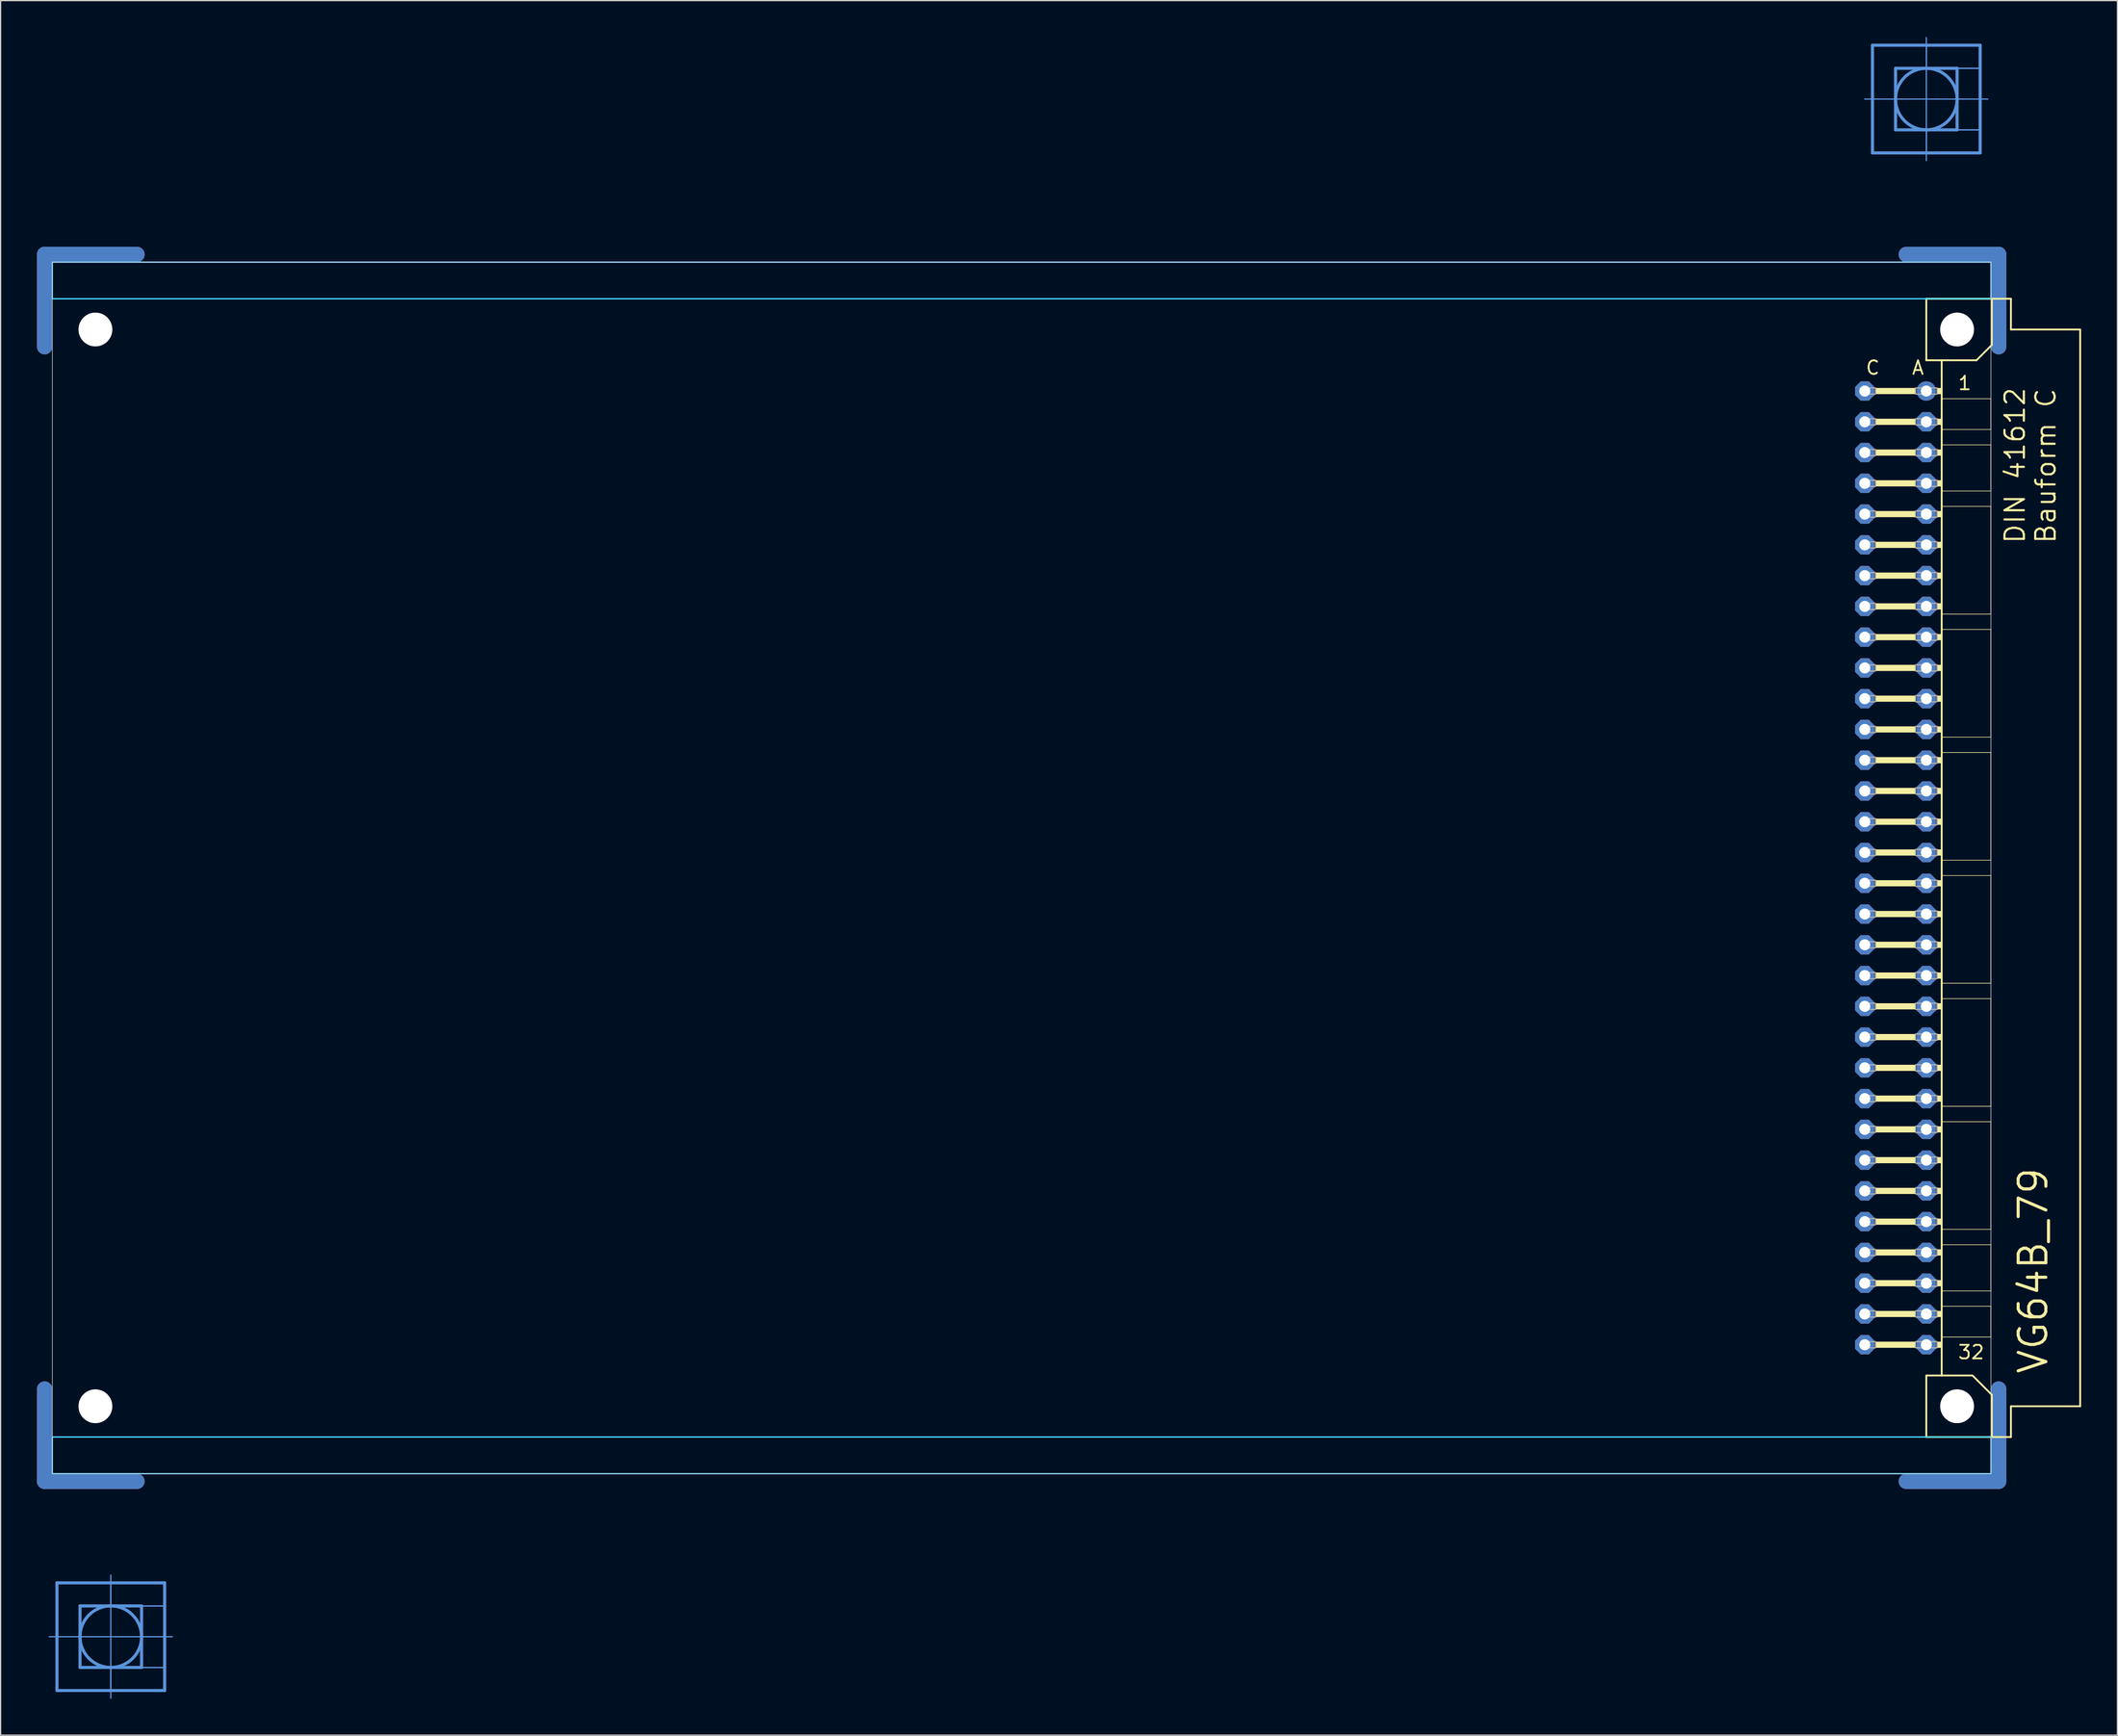
<source format=kicad_pcb>
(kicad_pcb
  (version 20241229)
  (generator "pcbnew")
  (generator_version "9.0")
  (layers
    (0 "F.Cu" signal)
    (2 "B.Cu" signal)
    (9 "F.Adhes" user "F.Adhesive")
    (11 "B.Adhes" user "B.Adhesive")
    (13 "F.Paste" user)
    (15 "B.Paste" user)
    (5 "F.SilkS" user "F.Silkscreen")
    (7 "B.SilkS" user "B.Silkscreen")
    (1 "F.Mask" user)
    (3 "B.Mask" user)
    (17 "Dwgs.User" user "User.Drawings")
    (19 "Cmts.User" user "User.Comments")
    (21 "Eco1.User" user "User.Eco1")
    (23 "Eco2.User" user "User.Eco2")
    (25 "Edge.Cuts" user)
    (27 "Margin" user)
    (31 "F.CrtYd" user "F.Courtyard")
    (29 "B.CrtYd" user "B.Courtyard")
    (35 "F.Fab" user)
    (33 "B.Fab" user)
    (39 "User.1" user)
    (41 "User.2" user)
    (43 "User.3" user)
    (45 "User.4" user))
  (footprint "VG64B_79"
    (layer "F.Cu")
    (at 1.016 68.605)
    (property "Reference" "VG64B_79" (at 165.1 41.91 90) (unlocked yes) (layer "F.SilkS") (effects (font (size 2.286 2.286) (thickness 0.254)) (justify left bottom)))
    (fp_line (start -0.381 -43.028) (end -0.381 -50.648) (stroke (width 1.27) (type solid)) (layer "F.Cu"))
    (fp_line (start -0.381 43.028) (end -0.381 50.648) (stroke (width 1.27) (type solid)) (layer "F.Cu"))
    (fp_line (start 7.239 -50.648) (end -0.381 -50.648) (stroke (width 1.27) (type solid)) (layer "F.Cu"))
    (fp_line (start 7.239 50.648) (end -0.381 50.648) (stroke (width 1.27) (type solid)) (layer "F.Cu"))
    (fp_line (start 153.289 -50.648) (end 160.909 -50.648) (stroke (width 1.27) (type solid)) (layer "F.Cu"))
    (fp_line (start 153.289 50.648) (end 160.909 50.648) (stroke (width 1.27) (type solid)) (layer "F.Cu"))
    (fp_line (start 160.909 -43.028) (end 160.909 -50.648) (stroke (width 1.27) (type solid)) (layer "F.Cu"))
    (fp_line (start 160.909 43.028) (end 160.909 50.648) (stroke (width 1.27) (type solid)) (layer "F.Cu"))
    (fp_line (start 0.254 -42.393) (end 0.254 -50.013) (stroke (width 0.152) (type solid)) (layer "F.Mask"))
    (fp_line (start 0.254 42.393) (end 0.254 50.013) (stroke (width 0.152) (type solid)) (layer "F.Mask"))
    (fp_line (start 7.874 -50.013) (end 0.254 -50.013) (stroke (width 0.152) (type solid)) (layer "F.Mask"))
    (fp_line (start 7.874 50.013) (end 0.254 50.013) (stroke (width 0.152) (type solid)) (layer "F.Mask"))
    (fp_line (start 152.654 -50.013) (end 160.274 -50.013) (stroke (width 0.152) (type solid)) (layer "F.Mask"))
    (fp_line (start 152.654 50.013) (end 160.274 50.013) (stroke (width 0.152) (type solid)) (layer "F.Mask"))
    (fp_line (start 160.274 -42.393) (end 160.274 -50.013) (stroke (width 0.152) (type solid)) (layer "F.Mask"))
    (fp_line (start 160.274 42.393) (end 160.274 50.013) (stroke (width 0.152) (type solid)) (layer "F.Mask"))
    (fp_line (start -0.381 -43.028) (end -0.381 -50.648) (stroke (width 1.27) (type solid)) (layer "B.Cu"))
    (fp_line (start -0.381 43.028) (end -0.381 50.648) (stroke (width 1.27) (type solid)) (layer "B.Cu"))
    (fp_line (start 7.239 -50.648) (end -0.381 -50.648) (stroke (width 1.27) (type solid)) (layer "B.Cu"))
    (fp_line (start 7.239 50.648) (end -0.381 50.648) (stroke (width 1.27) (type solid)) (layer "B.Cu"))
    (fp_line (start 153.289 -50.648) (end 160.909 -50.648) (stroke (width 1.27) (type solid)) (layer "B.Cu"))
    (fp_line (start 153.289 50.648) (end 160.909 50.648) (stroke (width 1.27) (type solid)) (layer "B.Cu"))
    (fp_line (start 160.909 -43.028) (end 160.909 -50.648) (stroke (width 1.27) (type solid)) (layer "B.Cu"))
    (fp_line (start 160.909 43.028) (end 160.909 50.648) (stroke (width 1.27) (type solid)) (layer "B.Cu"))
    (fp_line (start 0.254 -50.013) (end 7.874 -50.013) (stroke (width 0.152) (type solid)) (layer "B.Mask"))
    (fp_line (start 0.254 -42.393) (end 0.254 -50.013) (stroke (width 0.152) (type solid)) (layer "B.Mask"))
    (fp_line (start 0.254 50.013) (end 0.254 42.393) (stroke (width 0.152) (type solid)) (layer "B.Mask"))
    (fp_line (start 7.874 50.013) (end 0.254 50.013) (stroke (width 0.152) (type solid)) (layer "B.Mask"))
    (fp_line (start 152.654 -50.013) (end 160.274 -50.013) (stroke (width 0.152) (type solid)) (layer "B.Mask"))
    (fp_line (start 160.274 -50.013) (end 160.274 -42.393) (stroke (width 0.152) (type solid)) (layer "B.Mask"))
    (fp_line (start 160.274 42.393) (end 160.274 50.013) (stroke (width 0.152) (type solid)) (layer "B.Mask"))
    (fp_line (start 160.274 50.013) (end 152.654 50.013) (stroke (width 0.152) (type solid)) (layer "B.Mask"))
    (fp_line (start 154.94 -46.99) (end 154.94 -41.91) (stroke (width 0.152) (type solid)) (layer "F.SilkS"))
    (fp_line (start 154.94 -41.91) (end 156.21 -41.91) (stroke (width 0.152) (type solid)) (layer "F.SilkS"))
    (fp_line (start 154.94 41.91) (end 154.94 46.99) (stroke (width 0.152) (type solid)) (layer "F.SilkS"))
    (fp_line (start 154.94 41.91) (end 156.21 41.91) (stroke (width 0.152) (type solid)) (layer "F.SilkS"))
    (fp_line (start 154.94 46.99) (end 160.35 46.99) (stroke (width 0.152) (type solid)) (layer "F.SilkS"))
    (fp_line (start 156.21 -41.91) (end 156.21 -38.735) (stroke (width 0.152) (type solid)) (layer "F.SilkS"))
    (fp_line (start 156.21 -41.91) (end 159.08 -41.91) (stroke (width 0.152) (type solid)) (layer "F.SilkS"))
    (fp_line (start 156.21 -38.735) (end 156.21 -36.195) (stroke (width 0.152) (type solid)) (layer "F.SilkS"))
    (fp_line (start 156.21 -36.195) (end 156.21 -34.925) (stroke (width 0.152) (type solid)) (layer "F.SilkS"))
    (fp_line (start 156.21 -34.925) (end 156.21 -31.115) (stroke (width 0.152) (type solid)) (layer "F.SilkS"))
    (fp_line (start 156.21 -31.115) (end 156.21 -29.845) (stroke (width 0.152) (type solid)) (layer "F.SilkS"))
    (fp_line (start 156.21 -29.845) (end 156.21 -20.955) (stroke (width 0.152) (type solid)) (layer "F.SilkS"))
    (fp_line (start 156.21 -20.955) (end 156.21 -19.685) (stroke (width 0.152) (type solid)) (layer "F.SilkS"))
    (fp_line (start 156.21 -19.685) (end 156.21 -10.795) (stroke (width 0.152) (type solid)) (layer "F.SilkS"))
    (fp_line (start 156.21 -10.795) (end 156.21 -9.525) (stroke (width 0.152) (type solid)) (layer "F.SilkS"))
    (fp_line (start 156.21 -9.525) (end 156.21 -0.635) (stroke (width 0.152) (type solid)) (layer "F.SilkS"))
    (fp_line (start 156.21 -0.635) (end 156.21 0.635) (stroke (width 0.152) (type solid)) (layer "F.SilkS"))
    (fp_line (start 156.21 0.635) (end 156.21 9.525) (stroke (width 0.152) (type solid)) (layer "F.SilkS"))
    (fp_line (start 156.21 9.525) (end 156.21 10.795) (stroke (width 0.152) (type solid)) (layer "F.SilkS"))
    (fp_line (start 156.21 10.795) (end 156.21 19.685) (stroke (width 0.152) (type solid)) (layer "F.SilkS"))
    (fp_line (start 156.21 19.685) (end 156.21 20.955) (stroke (width 0.152) (type solid)) (layer "F.SilkS"))
    (fp_line (start 156.21 20.955) (end 156.21 29.845) (stroke (width 0.152) (type solid)) (layer "F.SilkS"))
    (fp_line (start 156.21 29.845) (end 156.21 31.115) (stroke (width 0.152) (type solid)) (layer "F.SilkS"))
    (fp_line (start 156.21 31.115) (end 156.21 34.925) (stroke (width 0.152) (type solid)) (layer "F.SilkS"))
    (fp_line (start 156.21 34.925) (end 156.21 36.195) (stroke (width 0.152) (type solid)) (layer "F.SilkS"))
    (fp_line (start 156.21 36.195) (end 156.21 38.735) (stroke (width 0.152) (type solid)) (layer "F.SilkS"))
    (fp_line (start 156.21 38.735) (end 156.21 41.91) (stroke (width 0.152) (type solid)) (layer "F.SilkS"))
    (fp_line (start 156.21 41.91) (end 158.75 41.91) (stroke (width 0.152) (type solid)) (layer "F.SilkS"))
    (fp_line (start 159.08 -41.91) (end 160.35 -43.18) (stroke (width 0.152) (type solid)) (layer "F.SilkS"))
    (fp_line (start 160.274 -38.735) (end 156.21 -38.735) (stroke (width 0.051) (type solid)) (layer "F.SilkS"))
    (fp_line (start 160.274 -38.735) (end 160.274 -36.195) (stroke (width 0.051) (type solid)) (layer "F.SilkS"))
    (fp_line (start 160.274 -36.195) (end 156.21 -36.195) (stroke (width 0.051) (type solid)) (layer "F.SilkS"))
    (fp_line (start 160.274 -34.925) (end 156.21 -34.925) (stroke (width 0.051) (type solid)) (layer "F.SilkS"))
    (fp_line (start 160.274 -34.925) (end 160.274 -31.115) (stroke (width 0.051) (type solid)) (layer "F.SilkS"))
    (fp_line (start 160.274 -31.115) (end 156.21 -31.115) (stroke (width 0.051) (type solid)) (layer "F.SilkS"))
    (fp_line (start 160.274 -29.845) (end 156.21 -29.845) (stroke (width 0.051) (type solid)) (layer "F.SilkS"))
    (fp_line (start 160.274 -29.845) (end 160.274 -20.955) (stroke (width 0.051) (type solid)) (layer "F.SilkS"))
    (fp_line (start 160.274 -20.955) (end 156.21 -20.955) (stroke (width 0.051) (type solid)) (layer "F.SilkS"))
    (fp_line (start 160.274 -19.685) (end 156.21 -19.685) (stroke (width 0.051) (type solid)) (layer "F.SilkS"))
    (fp_line (start 160.274 -19.685) (end 160.274 -10.795) (stroke (width 0.051) (type solid)) (layer "F.SilkS"))
    (fp_line (start 160.274 -10.795) (end 156.21 -10.795) (stroke (width 0.051) (type solid)) (layer "F.SilkS"))
    (fp_line (start 160.274 -9.525) (end 156.21 -9.525) (stroke (width 0.051) (type solid)) (layer "F.SilkS"))
    (fp_line (start 160.274 -9.525) (end 160.274 -0.635) (stroke (width 0.051) (type solid)) (layer "F.SilkS"))
    (fp_line (start 160.274 -0.635) (end 156.21 -0.635) (stroke (width 0.051) (type solid)) (layer "F.SilkS"))
    (fp_line (start 160.274 0.635) (end 156.21 0.635) (stroke (width 0.051) (type solid)) (layer "F.SilkS"))
    (fp_line (start 160.274 0.635) (end 160.274 9.525) (stroke (width 0.051) (type solid)) (layer "F.SilkS"))
    (fp_line (start 160.274 9.525) (end 156.21 9.525) (stroke (width 0.051) (type solid)) (layer "F.SilkS"))
    (fp_line (start 160.274 10.795) (end 156.21 10.795) (stroke (width 0.051) (type solid)) (layer "F.SilkS"))
    (fp_line (start 160.274 10.795) (end 160.274 19.685) (stroke (width 0.051) (type solid)) (layer "F.SilkS"))
    (fp_line (start 160.274 19.685) (end 156.21 19.685) (stroke (width 0.051) (type solid)) (layer "F.SilkS"))
    (fp_line (start 160.274 20.955) (end 156.21 20.955) (stroke (width 0.051) (type solid)) (layer "F.SilkS"))
    (fp_line (start 160.274 20.955) (end 160.274 29.845) (stroke (width 0.051) (type solid)) (layer "F.SilkS"))
    (fp_line (start 160.274 29.845) (end 156.21 29.845) (stroke (width 0.051) (type solid)) (layer "F.SilkS"))
    (fp_line (start 160.274 31.115) (end 156.21 31.115) (stroke (width 0.051) (type solid)) (layer "F.SilkS"))
    (fp_line (start 160.274 31.115) (end 160.274 34.925) (stroke (width 0.051) (type solid)) (layer "F.SilkS"))
    (fp_line (start 160.274 34.925) (end 156.21 34.925) (stroke (width 0.051) (type solid)) (layer "F.SilkS"))
    (fp_line (start 160.274 36.195) (end 156.21 36.195) (stroke (width 0.051) (type solid)) (layer "F.SilkS"))
    (fp_line (start 160.274 36.195) (end 160.274 38.735) (stroke (width 0.051) (type solid)) (layer "F.SilkS"))
    (fp_line (start 160.274 38.735) (end 156.21 38.735) (stroke (width 0.051) (type solid)) (layer "F.SilkS"))
    (fp_line (start 160.35 -46.99) (end 154.94 -46.99) (stroke (width 0.152) (type solid)) (layer "F.SilkS"))
    (fp_line (start 160.35 -43.18) (end 160.35 -46.99) (stroke (width 0.152) (type solid)) (layer "F.SilkS"))
    (fp_line (start 160.35 43.51) (end 158.75 41.91) (stroke (width 0.152) (type solid)) (layer "F.SilkS"))
    (fp_line (start 160.35 43.51) (end 160.35 46.99) (stroke (width 0.152) (type solid)) (layer "F.SilkS"))
    (fp_line (start 160.35 46.99) (end 161.925 46.99) (stroke (width 0.152) (type solid)) (layer "F.SilkS"))
    (fp_line (start 161.925 -46.99) (end 160.35 -46.99) (stroke (width 0.152) (type solid)) (layer "F.SilkS"))
    (fp_line (start 161.925 -44.45) (end 161.925 -46.99) (stroke (width 0.152) (type solid)) (layer "F.SilkS"))
    (fp_line (start 161.925 44.45) (end 167.64 44.45) (stroke (width 0.152) (type solid)) (layer "F.SilkS"))
    (fp_line (start 161.925 46.99) (end 161.925 44.45) (stroke (width 0.152) (type solid)) (layer "F.SilkS"))
    (fp_line (start 167.64 -44.45) (end 161.925 -44.45) (stroke (width 0.152) (type solid)) (layer "F.SilkS"))
    (fp_line (start 167.64 44.45) (end 167.64 -44.45) (stroke (width 0.152) (type solid)) (layer "F.SilkS"))
    (fp_circle (center 157.48 -44.45) (end 158.75 -44.45) (stroke (width 0.152) (type solid)) (fill no) (layer "F.SilkS"))
    (fp_circle (center 157.48 44.45) (end 158.75 44.45) (stroke (width 0.152) (type solid)) (fill no) (layer "F.SilkS"))
    (fp_poly (pts (xy 150.749 -39.116) (xy 154.051 -39.116) (xy 154.051 -39.624) (xy 150.749 -39.624)) (stroke (width 0) (type default)) (fill yes) (layer "F.SilkS"))
    (fp_poly (pts (xy 150.749 -36.576) (xy 154.051 -36.576) (xy 154.051 -37.084) (xy 150.749 -37.084)) (stroke (width 0) (type default)) (fill yes) (layer "F.SilkS"))
    (fp_poly (pts (xy 150.749 -34.036) (xy 154.051 -34.036) (xy 154.051 -34.544) (xy 150.749 -34.544)) (stroke (width 0) (type default)) (fill yes) (layer "F.SilkS"))
    (fp_poly (pts (xy 150.749 -31.496) (xy 154.051 -31.496) (xy 154.051 -32.004) (xy 150.749 -32.004)) (stroke (width 0) (type default)) (fill yes) (layer "F.SilkS"))
    (fp_poly (pts (xy 150.749 -28.956) (xy 154.051 -28.956) (xy 154.051 -29.464) (xy 150.749 -29.464)) (stroke (width 0) (type default)) (fill yes) (layer "F.SilkS"))
    (fp_poly (pts (xy 150.749 -26.416) (xy 154.051 -26.416) (xy 154.051 -26.924) (xy 150.749 -26.924)) (stroke (width 0) (type default)) (fill yes) (layer "F.SilkS"))
    (fp_poly (pts (xy 150.749 -23.876) (xy 154.051 -23.876) (xy 154.051 -24.384) (xy 150.749 -24.384)) (stroke (width 0) (type default)) (fill yes) (layer "F.SilkS"))
    (fp_poly (pts (xy 150.749 -21.336) (xy 154.051 -21.336) (xy 154.051 -21.844) (xy 150.749 -21.844)) (stroke (width 0) (type default)) (fill yes) (layer "F.SilkS"))
    (fp_poly (pts (xy 150.749 -18.796) (xy 154.051 -18.796) (xy 154.051 -19.304) (xy 150.749 -19.304)) (stroke (width 0) (type default)) (fill yes) (layer "F.SilkS"))
    (fp_poly (pts (xy 150.749 -16.256) (xy 154.051 -16.256) (xy 154.051 -16.764) (xy 150.749 -16.764)) (stroke (width 0) (type default)) (fill yes) (layer "F.SilkS"))
    (fp_poly (pts (xy 150.749 -13.716) (xy 154.051 -13.716) (xy 154.051 -14.224) (xy 150.749 -14.224)) (stroke (width 0) (type default)) (fill yes) (layer "F.SilkS"))
    (fp_poly (pts (xy 150.749 -11.176) (xy 154.051 -11.176) (xy 154.051 -11.684) (xy 150.749 -11.684)) (stroke (width 0) (type default)) (fill yes) (layer "F.SilkS"))
    (fp_poly (pts (xy 150.749 -8.636) (xy 154.051 -8.636) (xy 154.051 -9.144) (xy 150.749 -9.144)) (stroke (width 0) (type default)) (fill yes) (layer "F.SilkS"))
    (fp_poly (pts (xy 150.749 -6.096) (xy 154.051 -6.096) (xy 154.051 -6.604) (xy 150.749 -6.604)) (stroke (width 0) (type default)) (fill yes) (layer "F.SilkS"))
    (fp_poly (pts (xy 150.749 -3.556) (xy 154.051 -3.556) (xy 154.051 -4.064) (xy 150.749 -4.064)) (stroke (width 0) (type default)) (fill yes) (layer "F.SilkS"))
    (fp_poly (pts (xy 150.749 -1.016) (xy 154.051 -1.016) (xy 154.051 -1.524) (xy 150.749 -1.524)) (stroke (width 0) (type default)) (fill yes) (layer "F.SilkS"))
    (fp_poly (pts (xy 150.749 1.524) (xy 154.051 1.524) (xy 154.051 1.016) (xy 150.749 1.016)) (stroke (width 0) (type default)) (fill yes) (layer "F.SilkS"))
    (fp_poly (pts (xy 150.749 4.064) (xy 154.051 4.064) (xy 154.051 3.556) (xy 150.749 3.556)) (stroke (width 0) (type default)) (fill yes) (layer "F.SilkS"))
    (fp_poly (pts (xy 150.749 6.604) (xy 154.051 6.604) (xy 154.051 6.096) (xy 150.749 6.096)) (stroke (width 0) (type default)) (fill yes) (layer "F.SilkS"))
    (fp_poly (pts (xy 150.749 9.144) (xy 154.051 9.144) (xy 154.051 8.636) (xy 150.749 8.636)) (stroke (width 0) (type default)) (fill yes) (layer "F.SilkS"))
    (fp_poly (pts (xy 150.749 11.684) (xy 154.051 11.684) (xy 154.051 11.176) (xy 150.749 11.176)) (stroke (width 0) (type default)) (fill yes) (layer "F.SilkS"))
    (fp_poly (pts (xy 150.749 14.224) (xy 154.051 14.224) (xy 154.051 13.716) (xy 150.749 13.716)) (stroke (width 0) (type default)) (fill yes) (layer "F.SilkS"))
    (fp_poly (pts (xy 150.749 16.764) (xy 154.051 16.764) (xy 154.051 16.256) (xy 150.749 16.256)) (stroke (width 0) (type default)) (fill yes) (layer "F.SilkS"))
    (fp_poly (pts (xy 150.749 19.304) (xy 154.051 19.304) (xy 154.051 18.796) (xy 150.749 18.796)) (stroke (width 0) (type default)) (fill yes) (layer "F.SilkS"))
    (fp_poly (pts (xy 150.749 21.844) (xy 154.051 21.844) (xy 154.051 21.336) (xy 150.749 21.336)) (stroke (width 0) (type default)) (fill yes) (layer "F.SilkS"))
    (fp_poly (pts (xy 150.749 24.384) (xy 154.051 24.384) (xy 154.051 23.876) (xy 150.749 23.876)) (stroke (width 0) (type default)) (fill yes) (layer "F.SilkS"))
    (fp_poly (pts (xy 150.749 26.924) (xy 154.051 26.924) (xy 154.051 26.416) (xy 150.749 26.416)) (stroke (width 0) (type default)) (fill yes) (layer "F.SilkS"))
    (fp_poly (pts (xy 150.749 29.464) (xy 154.051 29.464) (xy 154.051 28.956) (xy 150.749 28.956)) (stroke (width 0) (type default)) (fill yes) (layer "F.SilkS"))
    (fp_poly (pts (xy 150.749 32.004) (xy 154.051 32.004) (xy 154.051 31.496) (xy 150.749 31.496)) (stroke (width 0) (type default)) (fill yes) (layer "F.SilkS"))
    (fp_poly (pts (xy 150.749 34.544) (xy 154.051 34.544) (xy 154.051 34.036) (xy 150.749 34.036)) (stroke (width 0) (type default)) (fill yes) (layer "F.SilkS"))
    (fp_poly (pts (xy 150.749 37.084) (xy 154.051 37.084) (xy 154.051 36.576) (xy 150.749 36.576)) (stroke (width 0) (type default)) (fill yes) (layer "F.SilkS"))
    (fp_poly (pts (xy 150.749 39.624) (xy 154.051 39.624) (xy 154.051 39.116) (xy 150.749 39.116)) (stroke (width 0) (type default)) (fill yes) (layer "F.SilkS"))
    (fp_poly (pts (xy 155.829 -39.116) (xy 156.21 -39.116) (xy 156.21 -39.624) (xy 155.829 -39.624)) (stroke (width 0) (type default)) (fill yes) (layer "F.SilkS"))
    (fp_poly (pts (xy 155.829 -36.576) (xy 156.21 -36.576) (xy 156.21 -37.084) (xy 155.829 -37.084)) (stroke (width 0) (type default)) (fill yes) (layer "F.SilkS"))
    (fp_poly (pts (xy 155.829 -34.036) (xy 156.21 -34.036) (xy 156.21 -34.544) (xy 155.829 -34.544)) (stroke (width 0) (type default)) (fill yes) (layer "F.SilkS"))
    (fp_poly (pts (xy 155.829 -31.496) (xy 156.21 -31.496) (xy 156.21 -32.004) (xy 155.829 -32.004)) (stroke (width 0) (type default)) (fill yes) (layer "F.SilkS"))
    (fp_poly (pts (xy 155.829 -28.956) (xy 156.21 -28.956) (xy 156.21 -29.464) (xy 155.829 -29.464)) (stroke (width 0) (type default)) (fill yes) (layer "F.SilkS"))
    (fp_poly (pts (xy 155.829 -26.416) (xy 156.21 -26.416) (xy 156.21 -26.924) (xy 155.829 -26.924)) (stroke (width 0) (type default)) (fill yes) (layer "F.SilkS"))
    (fp_poly (pts (xy 155.829 -23.876) (xy 156.21 -23.876) (xy 156.21 -24.384) (xy 155.829 -24.384)) (stroke (width 0) (type default)) (fill yes) (layer "F.SilkS"))
    (fp_poly (pts (xy 155.829 -21.336) (xy 156.21 -21.336) (xy 156.21 -21.844) (xy 155.829 -21.844)) (stroke (width 0) (type default)) (fill yes) (layer "F.SilkS"))
    (fp_poly (pts (xy 155.829 -18.796) (xy 156.21 -18.796) (xy 156.21 -19.304) (xy 155.829 -19.304)) (stroke (width 0) (type default)) (fill yes) (layer "F.SilkS"))
    (fp_poly (pts (xy 155.829 -16.256) (xy 156.21 -16.256) (xy 156.21 -16.764) (xy 155.829 -16.764)) (stroke (width 0) (type default)) (fill yes) (layer "F.SilkS"))
    (fp_poly (pts (xy 155.829 -13.716) (xy 156.21 -13.716) (xy 156.21 -14.224) (xy 155.829 -14.224)) (stroke (width 0) (type default)) (fill yes) (layer "F.SilkS"))
    (fp_poly (pts (xy 155.829 -11.176) (xy 156.21 -11.176) (xy 156.21 -11.684) (xy 155.829 -11.684)) (stroke (width 0) (type default)) (fill yes) (layer "F.SilkS"))
    (fp_poly (pts (xy 155.829 -8.636) (xy 156.21 -8.636) (xy 156.21 -9.144) (xy 155.829 -9.144)) (stroke (width 0) (type default)) (fill yes) (layer "F.SilkS"))
    (fp_poly (pts (xy 155.829 -6.096) (xy 156.21 -6.096) (xy 156.21 -6.604) (xy 155.829 -6.604)) (stroke (width 0) (type default)) (fill yes) (layer "F.SilkS"))
    (fp_poly (pts (xy 155.829 -3.556) (xy 156.21 -3.556) (xy 156.21 -4.064) (xy 155.829 -4.064)) (stroke (width 0) (type default)) (fill yes) (layer "F.SilkS"))
    (fp_poly (pts (xy 155.829 -1.016) (xy 156.21 -1.016) (xy 156.21 -1.524) (xy 155.829 -1.524)) (stroke (width 0) (type default)) (fill yes) (layer "F.SilkS"))
    (fp_poly (pts (xy 155.829 1.524) (xy 156.21 1.524) (xy 156.21 1.016) (xy 155.829 1.016)) (stroke (width 0) (type default)) (fill yes) (layer "F.SilkS"))
    (fp_poly (pts (xy 155.829 4.064) (xy 156.21 4.064) (xy 156.21 3.556) (xy 155.829 3.556)) (stroke (width 0) (type default)) (fill yes) (layer "F.SilkS"))
    (fp_poly (pts (xy 155.829 6.604) (xy 156.21 6.604) (xy 156.21 6.096) (xy 155.829 6.096)) (stroke (width 0) (type default)) (fill yes) (layer "F.SilkS"))
    (fp_poly (pts (xy 155.829 9.144) (xy 156.21 9.144) (xy 156.21 8.636) (xy 155.829 8.636)) (stroke (width 0) (type default)) (fill yes) (layer "F.SilkS"))
    (fp_poly (pts (xy 155.829 11.684) (xy 156.21 11.684) (xy 156.21 11.176) (xy 155.829 11.176)) (stroke (width 0) (type default)) (fill yes) (layer "F.SilkS"))
    (fp_poly (pts (xy 155.829 14.224) (xy 156.21 14.224) (xy 156.21 13.716) (xy 155.829 13.716)) (stroke (width 0) (type default)) (fill yes) (layer "F.SilkS"))
    (fp_poly (pts (xy 155.829 16.764) (xy 156.21 16.764) (xy 156.21 16.256) (xy 155.829 16.256)) (stroke (width 0) (type default)) (fill yes) (layer "F.SilkS"))
    (fp_poly (pts (xy 155.829 19.304) (xy 156.21 19.304) (xy 156.21 18.796) (xy 155.829 18.796)) (stroke (width 0) (type default)) (fill yes) (layer "F.SilkS"))
    (fp_poly (pts (xy 155.829 21.844) (xy 156.21 21.844) (xy 156.21 21.336) (xy 155.829 21.336)) (stroke (width 0) (type default)) (fill yes) (layer "F.SilkS"))
    (fp_poly (pts (xy 155.829 24.384) (xy 156.21 24.384) (xy 156.21 23.876) (xy 155.829 23.876)) (stroke (width 0) (type default)) (fill yes) (layer "F.SilkS"))
    (fp_poly (pts (xy 155.829 26.924) (xy 156.21 26.924) (xy 156.21 26.416) (xy 155.829 26.416)) (stroke (width 0) (type default)) (fill yes) (layer "F.SilkS"))
    (fp_poly (pts (xy 155.829 29.464) (xy 156.21 29.464) (xy 156.21 28.956) (xy 155.829 28.956)) (stroke (width 0) (type default)) (fill yes) (layer "F.SilkS"))
    (fp_poly (pts (xy 155.829 32.004) (xy 156.21 32.004) (xy 156.21 31.496) (xy 155.829 31.496)) (stroke (width 0) (type default)) (fill yes) (layer "F.SilkS"))
    (fp_poly (pts (xy 155.829 34.544) (xy 156.21 34.544) (xy 156.21 34.036) (xy 155.829 34.036)) (stroke (width 0) (type default)) (fill yes) (layer "F.SilkS"))
    (fp_poly (pts (xy 155.829 37.084) (xy 156.21 37.084) (xy 156.21 36.576) (xy 155.829 36.576)) (stroke (width 0) (type default)) (fill yes) (layer "F.SilkS"))
    (fp_poly (pts (xy 155.829 39.624) (xy 156.21 39.624) (xy 156.21 39.116) (xy 155.829 39.116)) (stroke (width 0) (type default)) (fill yes) (layer "F.SilkS"))
    (fp_line (start 0 63.475) (end 0.635 63.475) (stroke (width 0.102) (type solid)) (layer "Cmts.User"))
    (fp_line (start 0.635 59.03) (end 9.525 59.03) (stroke (width 0.254) (type solid)) (layer "Cmts.User"))
    (fp_line (start 0.635 63.475) (end 0.635 59.03) (stroke (width 0.254) (type solid)) (layer "Cmts.User"))
    (fp_line (start 0.635 63.475) (end 10.16 63.475) (stroke (width 0.102) (type solid)) (layer "Cmts.User"))
    (fp_line (start 0.635 67.92) (end 0.635 63.475) (stroke (width 0.254) (type solid)) (layer "Cmts.User"))
    (fp_line (start 2.54 60.935) (end 2.54 66.015) (stroke (width 0.254) (type solid)) (layer "Cmts.User"))
    (fp_line (start 2.54 66.015) (end 7.62 66.015) (stroke (width 0.254) (type solid)) (layer "Cmts.User"))
    (fp_line (start 5.08 68.555) (end 5.08 58.395) (stroke (width 0.102) (type solid)) (layer "Cmts.User"))
    (fp_line (start 7.62 60.935) (end 2.54 60.935) (stroke (width 0.254) (type solid)) (layer "Cmts.User"))
    (fp_line (start 7.62 66.015) (end 7.62 60.935) (stroke (width 0.254) (type solid)) (layer "Cmts.User"))
    (fp_line (start 9.525 59.03) (end 9.525 67.92) (stroke (width 0.254) (type solid)) (layer "Cmts.User"))
    (fp_line (start 9.525 67.92) (end 0.635 67.92) (stroke (width 0.254) (type solid)) (layer "Cmts.User"))
    (fp_line (start 149.86 -63.475) (end 150.495 -63.475) (stroke (width 0.102) (type solid)) (layer "Cmts.User"))
    (fp_line (start 150.495 -67.92) (end 159.385 -67.92) (stroke (width 0.254) (type solid)) (layer "Cmts.User"))
    (fp_line (start 150.495 -63.475) (end 150.495 -67.92) (stroke (width 0.254) (type solid)) (layer "Cmts.User"))
    (fp_line (start 150.495 -63.475) (end 160.02 -63.475) (stroke (width 0.102) (type solid)) (layer "Cmts.User"))
    (fp_line (start 150.495 -59.03) (end 150.495 -63.475) (stroke (width 0.254) (type solid)) (layer "Cmts.User"))
    (fp_line (start 152.4 -66.015) (end 152.4 -60.935) (stroke (width 0.254) (type solid)) (layer "Cmts.User"))
    (fp_line (start 152.4 -60.935) (end 157.48 -60.935) (stroke (width 0.254) (type solid)) (layer "Cmts.User"))
    (fp_line (start 154.94 -58.395) (end 154.94 -68.555) (stroke (width 0.102) (type solid)) (layer "Cmts.User"))
    (fp_line (start 157.48 -66.015) (end 152.4 -66.015) (stroke (width 0.254) (type solid)) (layer "Cmts.User"))
    (fp_line (start 157.48 -60.935) (end 157.48 -66.015) (stroke (width 0.254) (type solid)) (layer "Cmts.User"))
    (fp_line (start 159.385 -67.92) (end 159.385 -59.03) (stroke (width 0.254) (type solid)) (layer "Cmts.User"))
    (fp_line (start 159.385 -59.03) (end 150.495 -59.03) (stroke (width 0.254) (type solid)) (layer "Cmts.User"))
    (fp_circle (center 5.08 63.475) (end 7.62 63.475) (stroke (width 0.254) (type solid)) (fill no) (layer "Cmts.User"))
    (fp_circle (center 154.94 -63.475) (end 157.48 -63.475) (stroke (width 0.254) (type solid)) (fill no) (layer "Cmts.User"))
    (fp_poly (pts (xy 5.08 60.935) (xy 9.525 60.935) (xy 9.525 59.03) (xy 5.08 59.03)) (stroke (width 0.1) (type default)) (fill no) (layer "Cmts.User"))
    (fp_poly (pts (xy 5.08 67.92) (xy 9.525 67.92) (xy 9.525 66.015) (xy 5.08 66.015)) (stroke (width 0.1) (type default)) (fill no) (layer "Cmts.User"))
    (fp_poly (pts (xy 7.62 66.015) (xy 9.525 66.015) (xy 9.525 60.935) (xy 7.62 60.935)) (stroke (width 0.1) (type default)) (fill no) (layer "Cmts.User"))
    (fp_poly (pts (xy 154.94 -66.015) (xy 159.385 -66.015) (xy 159.385 -67.92) (xy 154.94 -67.92)) (stroke (width 0.1) (type default)) (fill no) (layer "Cmts.User"))
    (fp_poly (pts (xy 154.94 -59.03) (xy 159.385 -59.03) (xy 159.385 -60.935) (xy 154.94 -60.935)) (stroke (width 0.1) (type default)) (fill no) (layer "Cmts.User"))
    (fp_poly (pts (xy 157.48 -60.935) (xy 159.385 -60.935) (xy 159.385 -66.015) (xy 157.48 -66.015)) (stroke (width 0.1) (type default)) (fill no) (layer "Cmts.User"))
    (fp_line (start 0.254 -50.013) (end 0.254 50.013) (stroke (width 0.05) (type solid)) (layer "Edge.Cuts"))
    (fp_line (start 0.254 50.013) (end 160.274 50.013) (stroke (width 0.05) (type solid)) (layer "Edge.Cuts"))
    (fp_line (start 160.274 -50.013) (end 0.254 -50.013) (stroke (width 0.05) (type solid)) (layer "Edge.Cuts"))
    (fp_line (start 160.274 50.013) (end 160.274 -50.013) (stroke (width 0.05) (type solid)) (layer "Edge.Cuts"))
    (fp_line (start 0.254 -46.99) (end 0.254 -50.013) (stroke (width 0.051) (type solid)) (layer "B.CrtYd"))
    (fp_line (start 0.254 46.99) (end 0.254 50.013) (stroke (width 0.051) (type solid)) (layer "B.CrtYd"))
    (fp_line (start 160.274 -50.013) (end 160.274 -46.99) (stroke (width 0.051) (type solid)) (layer "B.CrtYd"))
    (fp_line (start 160.274 50.013) (end 160.274 46.99) (stroke (width 0.051) (type solid)) (layer "B.CrtYd"))
    (fp_poly (pts (xy 0.254 -46.99) (xy 160.274 -46.99) (xy 160.274 -50.013) (xy 0.254 -50.013)) (stroke (width 0.1) (type default)) (fill no) (layer "B.CrtYd"))
    (fp_poly (pts (xy 0.254 50.013) (xy 160.274 50.013) (xy 160.274 46.99) (xy 0.254 46.99)) (stroke (width 0.1) (type default)) (fill no) (layer "B.CrtYd"))
    (fp_line (start 0.254 -46.99) (end 0.254 -50.013) (stroke (width 0.051) (type solid)) (layer "F.CrtYd"))
    (fp_line (start 0.254 46.99) (end 0.254 50.013) (stroke (width 0.051) (type solid)) (layer "F.CrtYd"))
    (fp_line (start 160.274 -50.013) (end 160.274 -46.99) (stroke (width 0.051) (type solid)) (layer "F.CrtYd"))
    (fp_line (start 160.274 50.013) (end 160.274 46.99) (stroke (width 0.051) (type solid)) (layer "F.CrtYd"))
    (fp_poly (pts (xy 0.254 -46.99) (xy 160.274 -46.99) (xy 160.274 -50.013) (xy 0.254 -50.013)) (stroke (width 0.1) (type default)) (fill no) (layer "F.CrtYd"))
    (fp_poly (pts (xy 0.254 50.013) (xy 160.274 50.013) (xy 160.274 46.99) (xy 0.254 46.99)) (stroke (width 0.1) (type default)) (fill no) (layer "F.CrtYd"))
    (fp_poly (pts (xy 149.606 -39.116) (xy 150.749 -39.116) (xy 150.749 -39.624) (xy 149.606 -39.624)) (stroke (width 0.1) (type default)) (fill no) (layer "F.Fab"))
    (fp_poly (pts (xy 149.606 -36.576) (xy 150.749 -36.576) (xy 150.749 -37.084) (xy 149.606 -37.084)) (stroke (width 0.1) (type default)) (fill no) (layer "F.Fab"))
    (fp_poly (pts (xy 149.606 -34.036) (xy 150.749 -34.036) (xy 150.749 -34.544) (xy 149.606 -34.544)) (stroke (width 0.1) (type default)) (fill no) (layer "F.Fab"))
    (fp_poly (pts (xy 149.606 -31.496) (xy 150.749 -31.496) (xy 150.749 -32.004) (xy 149.606 -32.004)) (stroke (width 0.1) (type default)) (fill no) (layer "F.Fab"))
    (fp_poly (pts (xy 149.606 -28.956) (xy 150.749 -28.956) (xy 150.749 -29.464) (xy 149.606 -29.464)) (stroke (width 0.1) (type default)) (fill no) (layer "F.Fab"))
    (fp_poly (pts (xy 149.606 -26.416) (xy 150.749 -26.416) (xy 150.749 -26.924) (xy 149.606 -26.924)) (stroke (width 0.1) (type default)) (fill no) (layer "F.Fab"))
    (fp_poly (pts (xy 149.606 -23.876) (xy 150.749 -23.876) (xy 150.749 -24.384) (xy 149.606 -24.384)) (stroke (width 0.1) (type default)) (fill no) (layer "F.Fab"))
    (fp_poly (pts (xy 149.606 -21.336) (xy 150.749 -21.336) (xy 150.749 -21.844) (xy 149.606 -21.844)) (stroke (width 0.1) (type default)) (fill no) (layer "F.Fab"))
    (fp_poly (pts (xy 149.606 -18.796) (xy 150.749 -18.796) (xy 150.749 -19.304) (xy 149.606 -19.304)) (stroke (width 0.1) (type default)) (fill no) (layer "F.Fab"))
    (fp_poly (pts (xy 149.606 -16.256) (xy 150.749 -16.256) (xy 150.749 -16.764) (xy 149.606 -16.764)) (stroke (width 0.1) (type default)) (fill no) (layer "F.Fab"))
    (fp_poly (pts (xy 149.606 -13.716) (xy 150.749 -13.716) (xy 150.749 -14.224) (xy 149.606 -14.224)) (stroke (width 0.1) (type default)) (fill no) (layer "F.Fab"))
    (fp_poly (pts (xy 149.606 -11.176) (xy 150.749 -11.176) (xy 150.749 -11.684) (xy 149.606 -11.684)) (stroke (width 0.1) (type default)) (fill no) (layer "F.Fab"))
    (fp_poly (pts (xy 149.606 -8.636) (xy 150.749 -8.636) (xy 150.749 -9.144) (xy 149.606 -9.144)) (stroke (width 0.1) (type default)) (fill no) (layer "F.Fab"))
    (fp_poly (pts (xy 149.606 -6.096) (xy 150.749 -6.096) (xy 150.749 -6.604) (xy 149.606 -6.604)) (stroke (width 0.1) (type default)) (fill no) (layer "F.Fab"))
    (fp_poly (pts (xy 149.606 -3.556) (xy 150.749 -3.556) (xy 150.749 -4.064) (xy 149.606 -4.064)) (stroke (width 0.1) (type default)) (fill no) (layer "F.Fab"))
    (fp_poly (pts (xy 149.606 -1.016) (xy 150.749 -1.016) (xy 150.749 -1.524) (xy 149.606 -1.524)) (stroke (width 0.1) (type default)) (fill no) (layer "F.Fab"))
    (fp_poly (pts (xy 149.606 1.524) (xy 150.749 1.524) (xy 150.749 1.016) (xy 149.606 1.016)) (stroke (width 0.1) (type default)) (fill no) (layer "F.Fab"))
    (fp_poly (pts (xy 149.606 4.064) (xy 150.749 4.064) (xy 150.749 3.556) (xy 149.606 3.556)) (stroke (width 0.1) (type default)) (fill no) (layer "F.Fab"))
    (fp_poly (pts (xy 149.606 6.604) (xy 150.749 6.604) (xy 150.749 6.096) (xy 149.606 6.096)) (stroke (width 0.1) (type default)) (fill no) (layer "F.Fab"))
    (fp_poly (pts (xy 149.606 9.144) (xy 150.749 9.144) (xy 150.749 8.636) (xy 149.606 8.636)) (stroke (width 0.1) (type default)) (fill no) (layer "F.Fab"))
    (fp_poly (pts (xy 149.606 11.684) (xy 150.749 11.684) (xy 150.749 11.176) (xy 149.606 11.176)) (stroke (width 0.1) (type default)) (fill no) (layer "F.Fab"))
    (fp_poly (pts (xy 149.606 14.224) (xy 150.749 14.224) (xy 150.749 13.716) (xy 149.606 13.716)) (stroke (width 0.1) (type default)) (fill no) (layer "F.Fab"))
    (fp_poly (pts (xy 149.606 16.764) (xy 150.749 16.764) (xy 150.749 16.256) (xy 149.606 16.256)) (stroke (width 0.1) (type default)) (fill no) (layer "F.Fab"))
    (fp_poly (pts (xy 149.606 19.304) (xy 150.749 19.304) (xy 150.749 18.796) (xy 149.606 18.796)) (stroke (width 0.1) (type default)) (fill no) (layer "F.Fab"))
    (fp_poly (pts (xy 149.606 21.844) (xy 150.749 21.844) (xy 150.749 21.336) (xy 149.606 21.336)) (stroke (width 0.1) (type default)) (fill no) (layer "F.Fab"))
    (fp_poly (pts (xy 149.606 24.384) (xy 150.749 24.384) (xy 150.749 23.876) (xy 149.606 23.876)) (stroke (width 0.1) (type default)) (fill no) (layer "F.Fab"))
    (fp_poly (pts (xy 149.606 26.924) (xy 150.749 26.924) (xy 150.749 26.416) (xy 149.606 26.416)) (stroke (width 0.1) (type default)) (fill no) (layer "F.Fab"))
    (fp_poly (pts (xy 149.606 29.464) (xy 150.749 29.464) (xy 150.749 28.956) (xy 149.606 28.956)) (stroke (width 0.1) (type default)) (fill no) (layer "F.Fab"))
    (fp_poly (pts (xy 149.606 32.004) (xy 150.749 32.004) (xy 150.749 31.496) (xy 149.606 31.496)) (stroke (width 0.1) (type default)) (fill no) (layer "F.Fab"))
    (fp_poly (pts (xy 149.606 34.544) (xy 150.749 34.544) (xy 150.749 34.036) (xy 149.606 34.036)) (stroke (width 0.1) (type default)) (fill no) (layer "F.Fab"))
    (fp_poly (pts (xy 149.606 37.084) (xy 150.749 37.084) (xy 150.749 36.576) (xy 149.606 36.576)) (stroke (width 0.1) (type default)) (fill no) (layer "F.Fab"))
    (fp_poly (pts (xy 149.606 39.624) (xy 150.749 39.624) (xy 150.749 39.116) (xy 149.606 39.116)) (stroke (width 0.1) (type default)) (fill no) (layer "F.Fab"))
    (fp_poly (pts (xy 154.051 -39.116) (xy 155.829 -39.116) (xy 155.829 -39.624) (xy 154.051 -39.624)) (stroke (width 0.1) (type default)) (fill no) (layer "F.Fab"))
    (fp_poly (pts (xy 154.051 -36.576) (xy 155.829 -36.576) (xy 155.829 -37.084) (xy 154.051 -37.084)) (stroke (width 0.1) (type default)) (fill no) (layer "F.Fab"))
    (fp_poly (pts (xy 154.051 -34.036) (xy 155.829 -34.036) (xy 155.829 -34.544) (xy 154.051 -34.544)) (stroke (width 0.1) (type default)) (fill no) (layer "F.Fab"))
    (fp_poly (pts (xy 154.051 -31.496) (xy 155.829 -31.496) (xy 155.829 -32.004) (xy 154.051 -32.004)) (stroke (width 0.1) (type default)) (fill no) (layer "F.Fab"))
    (fp_poly (pts (xy 154.051 -28.956) (xy 155.829 -28.956) (xy 155.829 -29.464) (xy 154.051 -29.464)) (stroke (width 0.1) (type default)) (fill no) (layer "F.Fab"))
    (fp_poly (pts (xy 154.051 -26.416) (xy 155.829 -26.416) (xy 155.829 -26.924) (xy 154.051 -26.924)) (stroke (width 0.1) (type default)) (fill no) (layer "F.Fab"))
    (fp_poly (pts (xy 154.051 -23.876) (xy 155.829 -23.876) (xy 155.829 -24.384) (xy 154.051 -24.384)) (stroke (width 0.1) (type default)) (fill no) (layer "F.Fab"))
    (fp_poly (pts (xy 154.051 -21.336) (xy 155.829 -21.336) (xy 155.829 -21.844) (xy 154.051 -21.844)) (stroke (width 0.1) (type default)) (fill no) (layer "F.Fab"))
    (fp_poly (pts (xy 154.051 -18.796) (xy 155.829 -18.796) (xy 155.829 -19.304) (xy 154.051 -19.304)) (stroke (width 0.1) (type default)) (fill no) (layer "F.Fab"))
    (fp_poly (pts (xy 154.051 -16.256) (xy 155.829 -16.256) (xy 155.829 -16.764) (xy 154.051 -16.764)) (stroke (width 0.1) (type default)) (fill no) (layer "F.Fab"))
    (fp_poly (pts (xy 154.051 -13.716) (xy 155.829 -13.716) (xy 155.829 -14.224) (xy 154.051 -14.224)) (stroke (width 0.1) (type default)) (fill no) (layer "F.Fab"))
    (fp_poly (pts (xy 154.051 -11.176) (xy 155.829 -11.176) (xy 155.829 -11.684) (xy 154.051 -11.684)) (stroke (width 0.1) (type default)) (fill no) (layer "F.Fab"))
    (fp_poly (pts (xy 154.051 -8.636) (xy 155.829 -8.636) (xy 155.829 -9.144) (xy 154.051 -9.144)) (stroke (width 0.1) (type default)) (fill no) (layer "F.Fab"))
    (fp_poly (pts (xy 154.051 -6.096) (xy 155.829 -6.096) (xy 155.829 -6.604) (xy 154.051 -6.604)) (stroke (width 0.1) (type default)) (fill no) (layer "F.Fab"))
    (fp_poly (pts (xy 154.051 -3.556) (xy 155.829 -3.556) (xy 155.829 -4.064) (xy 154.051 -4.064)) (stroke (width 0.1) (type default)) (fill no) (layer "F.Fab"))
    (fp_poly (pts (xy 154.051 -1.016) (xy 155.829 -1.016) (xy 155.829 -1.524) (xy 154.051 -1.524)) (stroke (width 0.1) (type default)) (fill no) (layer "F.Fab"))
    (fp_poly (pts (xy 154.051 1.524) (xy 155.829 1.524) (xy 155.829 1.016) (xy 154.051 1.016)) (stroke (width 0.1) (type default)) (fill no) (layer "F.Fab"))
    (fp_poly (pts (xy 154.051 4.064) (xy 155.829 4.064) (xy 155.829 3.556) (xy 154.051 3.556)) (stroke (width 0.1) (type default)) (fill no) (layer "F.Fab"))
    (fp_poly (pts (xy 154.051 6.604) (xy 155.829 6.604) (xy 155.829 6.096) (xy 154.051 6.096)) (stroke (width 0.1) (type default)) (fill no) (layer "F.Fab"))
    (fp_poly (pts (xy 154.051 9.144) (xy 155.829 9.144) (xy 155.829 8.636) (xy 154.051 8.636)) (stroke (width 0.1) (type default)) (fill no) (layer "F.Fab"))
    (fp_poly (pts (xy 154.051 11.684) (xy 155.829 11.684) (xy 155.829 11.176) (xy 154.051 11.176)) (stroke (width 0.1) (type default)) (fill no) (layer "F.Fab"))
    (fp_poly (pts (xy 154.051 14.224) (xy 155.829 14.224) (xy 155.829 13.716) (xy 154.051 13.716)) (stroke (width 0.1) (type default)) (fill no) (layer "F.Fab"))
    (fp_poly (pts (xy 154.051 16.764) (xy 155.829 16.764) (xy 155.829 16.256) (xy 154.051 16.256)) (stroke (width 0.1) (type default)) (fill no) (layer "F.Fab"))
    (fp_poly (pts (xy 154.051 19.304) (xy 155.829 19.304) (xy 155.829 18.796) (xy 154.051 18.796)) (stroke (width 0.1) (type default)) (fill no) (layer "F.Fab"))
    (fp_poly (pts (xy 154.051 21.844) (xy 155.829 21.844) (xy 155.829 21.336) (xy 154.051 21.336)) (stroke (width 0.1) (type default)) (fill no) (layer "F.Fab"))
    (fp_poly (pts (xy 154.051 24.384) (xy 155.829 24.384) (xy 155.829 23.876) (xy 154.051 23.876)) (stroke (width 0.1) (type default)) (fill no) (layer "F.Fab"))
    (fp_poly (pts (xy 154.051 26.924) (xy 155.829 26.924) (xy 155.829 26.416) (xy 154.051 26.416)) (stroke (width 0.1) (type default)) (fill no) (layer "F.Fab"))
    (fp_poly (pts (xy 154.051 29.464) (xy 155.829 29.464) (xy 155.829 28.956) (xy 154.051 28.956)) (stroke (width 0.1) (type default)) (fill no) (layer "F.Fab"))
    (fp_poly (pts (xy 154.051 32.004) (xy 155.829 32.004) (xy 155.829 31.496) (xy 154.051 31.496)) (stroke (width 0.1) (type default)) (fill no) (layer "F.Fab"))
    (fp_poly (pts (xy 154.051 34.544) (xy 155.829 34.544) (xy 155.829 34.036) (xy 154.051 34.036)) (stroke (width 0.1) (type default)) (fill no) (layer "F.Fab"))
    (fp_poly (pts (xy 154.051 37.084) (xy 155.829 37.084) (xy 155.829 36.576) (xy 154.051 36.576)) (stroke (width 0.1) (type default)) (fill no) (layer "F.Fab"))
    (fp_poly (pts (xy 154.051 39.624) (xy 155.829 39.624) (xy 155.829 39.116) (xy 154.051 39.116)) (stroke (width 0.1) (type default)) (fill no) (layer "F.Fab"))
    (fp_text user "A" (at 153.67 -40.64 0) (unlocked yes) (layer "F.SilkS") (effects (font (size 1.118 1.118) (thickness 0.152)) (justify left bottom)))
    (fp_text user "32" (at 157.48 40.64 0) (unlocked yes) (layer "F.SilkS") (effects (font (size 1.118 1.118) (thickness 0.152)) (justify left bottom)))
    (fp_text user "DIN 41612" (at 163.195 -26.67 90) (unlocked yes) (layer "F.SilkS") (effects (font (size 1.6 1.6) (thickness 0.178)) (justify left bottom)))
    (fp_text user "C" (at 149.86 -40.64 0) (unlocked yes) (layer "F.SilkS") (effects (font (size 1.118 1.118) (thickness 0.152)) (justify left bottom)))
    (fp_text user "1" (at 157.48 -39.37 0) (unlocked yes) (layer "F.SilkS") (effects (font (size 1.118 1.118) (thickness 0.152)) (justify left bottom)))
    (fp_text user "Bauform C" (at 165.735 -26.67 90) (unlocked yes) (layer "F.SilkS") (effects (font (size 1.6 1.6) (thickness 0.178)) (justify left bottom)))
    (pad "" np_thru_hole circle (at 3.81 -44.45) (size 2.794 2.794) (drill 2.794) (layers "*.Cu" "*.Mask"))
    (pad "" np_thru_hole circle (at 3.81 44.45) (size 2.794 2.794) (drill 2.794) (layers "*.Cu" "*.Mask"))
    (pad "" np_thru_hole circle (at 157.48 -44.45) (size 2.794 2.794) (drill 2.794) (layers "*.Cu" "*.Mask"))
    (pad "" np_thru_hole circle (at 157.48 44.45) (size 2.794 2.794) (drill 2.794) (layers "*.Cu" "*.Mask"))
    (pad "A1" thru_hole circle (at 154.94 -39.37) (size 1.6 1.6) (drill 0.914) (layers "*.Cu" "*.Mask"))
    (pad "A2" thru_hole roundrect (at 154.94 -36.83) (size 1.6 1.6) (drill 0.914) (layers "*.Cu" "*.Mask") (roundrect_rratio 0.25) (chamfer_ratio 0.293) (chamfer top_left top_right bottom_left bottom_right))
    (pad "A3" thru_hole roundrect (at 154.94 -34.29) (size 1.6 1.6) (drill 0.914) (layers "*.Cu" "*.Mask") (roundrect_rratio 0.25) (chamfer_ratio 0.293) (chamfer top_left top_right bottom_left bottom_right))
    (pad "A4" thru_hole roundrect (at 154.94 -31.75) (size 1.6 1.6) (drill 0.914) (layers "*.Cu" "*.Mask") (roundrect_rratio 0.25) (chamfer_ratio 0.293) (chamfer top_left top_right bottom_left bottom_right))
    (pad "A5" thru_hole roundrect (at 154.94 -29.21) (size 1.6 1.6) (drill 0.914) (layers "*.Cu" "*.Mask") (roundrect_rratio 0.25) (chamfer_ratio 0.293) (chamfer top_left top_right bottom_left bottom_right))
    (pad "A6" thru_hole roundrect (at 154.94 -26.67) (size 1.6 1.6) (drill 0.914) (layers "*.Cu" "*.Mask") (roundrect_rratio 0.25) (chamfer_ratio 0.293) (chamfer top_left top_right bottom_left bottom_right))
    (pad "A7" thru_hole roundrect (at 154.94 -24.13) (size 1.6 1.6) (drill 0.914) (layers "*.Cu" "*.Mask") (roundrect_rratio 0.25) (chamfer_ratio 0.293) (chamfer top_left top_right bottom_left bottom_right))
    (pad "A8" thru_hole roundrect (at 154.94 -21.59) (size 1.6 1.6) (drill 0.914) (layers "*.Cu" "*.Mask") (roundrect_rratio 0.25) (chamfer_ratio 0.293) (chamfer top_left top_right bottom_left bottom_right))
    (pad "A9" thru_hole roundrect (at 154.94 -19.05) (size 1.6 1.6) (drill 0.914) (layers "*.Cu" "*.Mask") (roundrect_rratio 0.25) (chamfer_ratio 0.293) (chamfer top_left top_right bottom_left bottom_right))
    (pad "A10" thru_hole roundrect (at 154.94 -16.51) (size 1.6 1.6) (drill 0.914) (layers "*.Cu" "*.Mask") (roundrect_rratio 0.25) (chamfer_ratio 0.293) (chamfer top_left top_right bottom_left bottom_right))
    (pad "A11" thru_hole roundrect (at 154.94 -13.97) (size 1.6 1.6) (drill 0.914) (layers "*.Cu" "*.Mask") (roundrect_rratio 0.25) (chamfer_ratio 0.293) (chamfer top_left top_right bottom_left bottom_right))
    (pad "A12" thru_hole roundrect (at 154.94 -11.43) (size 1.6 1.6) (drill 0.914) (layers "*.Cu" "*.Mask") (roundrect_rratio 0.25) (chamfer_ratio 0.293) (chamfer top_left top_right bottom_left bottom_right))
    (pad "A13" thru_hole roundrect (at 154.94 -8.89) (size 1.6 1.6) (drill 0.914) (layers "*.Cu" "*.Mask") (roundrect_rratio 0.25) (chamfer_ratio 0.293) (chamfer top_left top_right bottom_left bottom_right))
    (pad "A14" thru_hole roundrect (at 154.94 -6.35) (size 1.6 1.6) (drill 0.914) (layers "*.Cu" "*.Mask") (roundrect_rratio 0.25) (chamfer_ratio 0.293) (chamfer top_left top_right bottom_left bottom_right))
    (pad "A15" thru_hole roundrect (at 154.94 -3.81) (size 1.6 1.6) (drill 0.914) (layers "*.Cu" "*.Mask") (roundrect_rratio 0.25) (chamfer_ratio 0.293) (chamfer top_left top_right bottom_left bottom_right))
    (pad "A16" thru_hole roundrect (at 154.94 -1.27) (size 1.6 1.6) (drill 0.914) (layers "*.Cu" "*.Mask") (roundrect_rratio 0.25) (chamfer_ratio 0.293) (chamfer top_left top_right bottom_left bottom_right))
    (pad "A17" thru_hole roundrect (at 154.94 1.27) (size 1.6 1.6) (drill 0.914) (layers "*.Cu" "*.Mask") (roundrect_rratio 0.25) (chamfer_ratio 0.293) (chamfer top_left top_right bottom_left bottom_right))
    (pad "A18" thru_hole roundrect (at 154.94 3.81) (size 1.6 1.6) (drill 0.914) (layers "*.Cu" "*.Mask") (roundrect_rratio 0.25) (chamfer_ratio 0.293) (chamfer top_left top_right bottom_left bottom_right))
    (pad "A19" thru_hole roundrect (at 154.94 6.35) (size 1.6 1.6) (drill 0.914) (layers "*.Cu" "*.Mask") (roundrect_rratio 0.25) (chamfer_ratio 0.293) (chamfer top_left top_right bottom_left bottom_right))
    (pad "A20" thru_hole roundrect (at 154.94 8.89) (size 1.6 1.6) (drill 0.914) (layers "*.Cu" "*.Mask") (roundrect_rratio 0.25) (chamfer_ratio 0.293) (chamfer top_left top_right bottom_left bottom_right))
    (pad "A21" thru_hole roundrect (at 154.94 11.43) (size 1.6 1.6) (drill 0.914) (layers "*.Cu" "*.Mask") (roundrect_rratio 0.25) (chamfer_ratio 0.293) (chamfer top_left top_right bottom_left bottom_right))
    (pad "A22" thru_hole roundrect (at 154.94 13.97) (size 1.6 1.6) (drill 0.914) (layers "*.Cu" "*.Mask") (roundrect_rratio 0.25) (chamfer_ratio 0.293) (chamfer top_left top_right bottom_left bottom_right))
    (pad "A23" thru_hole roundrect (at 154.94 16.51) (size 1.6 1.6) (drill 0.914) (layers "*.Cu" "*.Mask") (roundrect_rratio 0.25) (chamfer_ratio 0.293) (chamfer top_left top_right bottom_left bottom_right))
    (pad "A24" thru_hole roundrect (at 154.94 19.05) (size 1.6 1.6) (drill 0.914) (layers "*.Cu" "*.Mask") (roundrect_rratio 0.25) (chamfer_ratio 0.293) (chamfer top_left top_right bottom_left bottom_right))
    (pad "A25" thru_hole roundrect (at 154.94 21.59) (size 1.6 1.6) (drill 0.914) (layers "*.Cu" "*.Mask") (roundrect_rratio 0.25) (chamfer_ratio 0.293) (chamfer top_left top_right bottom_left bottom_right))
    (pad "A26" thru_hole roundrect (at 154.94 24.13) (size 1.6 1.6) (drill 0.914) (layers "*.Cu" "*.Mask") (roundrect_rratio 0.25) (chamfer_ratio 0.293) (chamfer top_left top_right bottom_left bottom_right))
    (pad "A27" thru_hole roundrect (at 154.94 26.67) (size 1.6 1.6) (drill 0.914) (layers "*.Cu" "*.Mask") (roundrect_rratio 0.25) (chamfer_ratio 0.293) (chamfer top_left top_right bottom_left bottom_right))
    (pad "A28" thru_hole roundrect (at 154.94 29.21) (size 1.6 1.6) (drill 0.914) (layers "*.Cu" "*.Mask") (roundrect_rratio 0.25) (chamfer_ratio 0.293) (chamfer top_left top_right bottom_left bottom_right))
    (pad "A29" thru_hole roundrect (at 154.94 31.75) (size 1.6 1.6) (drill 0.914) (layers "*.Cu" "*.Mask") (roundrect_rratio 0.25) (chamfer_ratio 0.293) (chamfer top_left top_right bottom_left bottom_right))
    (pad "A30" thru_hole roundrect (at 154.94 34.29) (size 1.6 1.6) (drill 0.914) (layers "*.Cu" "*.Mask") (roundrect_rratio 0.25) (chamfer_ratio 0.293) (chamfer top_left top_right bottom_left bottom_right))
    (pad "A31" thru_hole roundrect (at 154.94 36.83) (size 1.6 1.6) (drill 0.914) (layers "*.Cu" "*.Mask") (roundrect_rratio 0.25) (chamfer_ratio 0.293) (chamfer top_left top_right bottom_left bottom_right))
    (pad "A32" thru_hole roundrect (at 154.94 39.37) (size 1.6 1.6) (drill 0.914) (layers "*.Cu" "*.Mask") (roundrect_rratio 0.25) (chamfer_ratio 0.293) (chamfer top_left top_right bottom_left bottom_right))
    (pad "C1" thru_hole roundrect (at 149.86 -39.37) (size 1.6 1.6) (drill 0.914) (layers "*.Cu" "*.Mask") (roundrect_rratio 0.25) (chamfer_ratio 0.293) (chamfer top_left top_right bottom_left bottom_right))
    (pad "C2" thru_hole roundrect (at 149.86 -36.83) (size 1.6 1.6) (drill 0.914) (layers "*.Cu" "*.Mask") (roundrect_rratio 0.25) (chamfer_ratio 0.293) (chamfer top_left top_right bottom_left bottom_right))
    (pad "C3" thru_hole roundrect (at 149.86 -34.29) (size 1.6 1.6) (drill 0.914) (layers "*.Cu" "*.Mask") (roundrect_rratio 0.25) (chamfer_ratio 0.293) (chamfer top_left top_right bottom_left bottom_right))
    (pad "C4" thru_hole roundrect (at 149.86 -31.75) (size 1.6 1.6) (drill 0.914) (layers "*.Cu" "*.Mask") (roundrect_rratio 0.25) (chamfer_ratio 0.293) (chamfer top_left top_right bottom_left bottom_right))
    (pad "C5" thru_hole roundrect (at 149.86 -29.21) (size 1.6 1.6) (drill 0.914) (layers "*.Cu" "*.Mask") (roundrect_rratio 0.25) (chamfer_ratio 0.293) (chamfer top_left top_right bottom_left bottom_right))
    (pad "C6" thru_hole roundrect (at 149.86 -26.67) (size 1.6 1.6) (drill 0.914) (layers "*.Cu" "*.Mask") (roundrect_rratio 0.25) (chamfer_ratio 0.293) (chamfer top_left top_right bottom_left bottom_right))
    (pad "C7" thru_hole roundrect (at 149.86 -24.13) (size 1.6 1.6) (drill 0.914) (layers "*.Cu" "*.Mask") (roundrect_rratio 0.25) (chamfer_ratio 0.293) (chamfer top_left top_right bottom_left bottom_right))
    (pad "C8" thru_hole roundrect (at 149.86 -21.59) (size 1.6 1.6) (drill 0.914) (layers "*.Cu" "*.Mask") (roundrect_rratio 0.25) (chamfer_ratio 0.293) (chamfer top_left top_right bottom_left bottom_right))
    (pad "C9" thru_hole roundrect (at 149.86 -19.05) (size 1.6 1.6) (drill 0.914) (layers "*.Cu" "*.Mask") (roundrect_rratio 0.25) (chamfer_ratio 0.293) (chamfer top_left top_right bottom_left bottom_right))
    (pad "C10" thru_hole roundrect (at 149.86 -16.51) (size 1.6 1.6) (drill 0.914) (layers "*.Cu" "*.Mask") (roundrect_rratio 0.25) (chamfer_ratio 0.293) (chamfer top_left top_right bottom_left bottom_right))
    (pad "C11" thru_hole roundrect (at 149.86 -13.97) (size 1.6 1.6) (drill 0.914) (layers "*.Cu" "*.Mask") (roundrect_rratio 0.25) (chamfer_ratio 0.293) (chamfer top_left top_right bottom_left bottom_right))
    (pad "C12" thru_hole roundrect (at 149.86 -11.43) (size 1.6 1.6) (drill 0.914) (layers "*.Cu" "*.Mask") (roundrect_rratio 0.25) (chamfer_ratio 0.293) (chamfer top_left top_right bottom_left bottom_right))
    (pad "C13" thru_hole roundrect (at 149.86 -8.89) (size 1.6 1.6) (drill 0.914) (layers "*.Cu" "*.Mask") (roundrect_rratio 0.25) (chamfer_ratio 0.293) (chamfer top_left top_right bottom_left bottom_right))
    (pad "C14" thru_hole roundrect (at 149.86 -6.35) (size 1.6 1.6) (drill 0.914) (layers "*.Cu" "*.Mask") (roundrect_rratio 0.25) (chamfer_ratio 0.293) (chamfer top_left top_right bottom_left bottom_right))
    (pad "C15" thru_hole roundrect (at 149.86 -3.81) (size 1.6 1.6) (drill 0.914) (layers "*.Cu" "*.Mask") (roundrect_rratio 0.25) (chamfer_ratio 0.293) (chamfer top_left top_right bottom_left bottom_right))
    (pad "C16" thru_hole roundrect (at 149.86 -1.27) (size 1.6 1.6) (drill 0.914) (layers "*.Cu" "*.Mask") (roundrect_rratio 0.25) (chamfer_ratio 0.293) (chamfer top_left top_right bottom_left bottom_right))
    (pad "C17" thru_hole roundrect (at 149.86 1.27) (size 1.6 1.6) (drill 0.914) (layers "*.Cu" "*.Mask") (roundrect_rratio 0.25) (chamfer_ratio 0.293) (chamfer top_left top_right bottom_left bottom_right))
    (pad "C18" thru_hole roundrect (at 149.86 3.81) (size 1.6 1.6) (drill 0.914) (layers "*.Cu" "*.Mask") (roundrect_rratio 0.25) (chamfer_ratio 0.293) (chamfer top_left top_right bottom_left bottom_right))
    (pad "C19" thru_hole roundrect (at 149.86 6.35) (size 1.6 1.6) (drill 0.914) (layers "*.Cu" "*.Mask") (roundrect_rratio 0.25) (chamfer_ratio 0.293) (chamfer top_left top_right bottom_left bottom_right))
    (pad "C20" thru_hole roundrect (at 149.86 8.89) (size 1.6 1.6) (drill 0.914) (layers "*.Cu" "*.Mask") (roundrect_rratio 0.25) (chamfer_ratio 0.293) (chamfer top_left top_right bottom_left bottom_right))
    (pad "C21" thru_hole roundrect (at 149.86 11.43) (size 1.6 1.6) (drill 0.914) (layers "*.Cu" "*.Mask") (roundrect_rratio 0.25) (chamfer_ratio 0.293) (chamfer top_left top_right bottom_left bottom_right))
    (pad "C22" thru_hole roundrect (at 149.86 13.97) (size 1.6 1.6) (drill 0.914) (layers "*.Cu" "*.Mask") (roundrect_rratio 0.25) (chamfer_ratio 0.293) (chamfer top_left top_right bottom_left bottom_right))
    (pad "C23" thru_hole roundrect (at 149.86 16.51) (size 1.6 1.6) (drill 0.914) (layers "*.Cu" "*.Mask") (roundrect_rratio 0.25) (chamfer_ratio 0.293) (chamfer top_left top_right bottom_left bottom_right))
    (pad "C24" thru_hole roundrect (at 149.86 19.05) (size 1.6 1.6) (drill 0.914) (layers "*.Cu" "*.Mask") (roundrect_rratio 0.25) (chamfer_ratio 0.293) (chamfer top_left top_right bottom_left bottom_right))
    (pad "C25" thru_hole roundrect (at 149.86 21.59) (size 1.6 1.6) (drill 0.914) (layers "*.Cu" "*.Mask") (roundrect_rratio 0.25) (chamfer_ratio 0.293) (chamfer top_left top_right bottom_left bottom_right))
    (pad "C26" thru_hole roundrect (at 149.86 24.13) (size 1.6 1.6) (drill 0.914) (layers "*.Cu" "*.Mask") (roundrect_rratio 0.25) (chamfer_ratio 0.293) (chamfer top_left top_right bottom_left bottom_right))
    (pad "C27" thru_hole roundrect (at 149.86 26.67) (size 1.6 1.6) (drill 0.914) (layers "*.Cu" "*.Mask") (roundrect_rratio 0.25) (chamfer_ratio 0.293) (chamfer top_left top_right bottom_left bottom_right))
    (pad "C28" thru_hole roundrect (at 149.86 29.21) (size 1.6 1.6) (drill 0.914) (layers "*.Cu" "*.Mask") (roundrect_rratio 0.25) (chamfer_ratio 0.293) (chamfer top_left top_right bottom_left bottom_right))
    (pad "C29" thru_hole roundrect (at 149.86 31.75) (size 1.6 1.6) (drill 0.914) (layers "*.Cu" "*.Mask") (roundrect_rratio 0.25) (chamfer_ratio 0.293) (chamfer top_left top_right bottom_left bottom_right))
    (pad "C30" thru_hole roundrect (at 149.86 34.29) (size 1.6 1.6) (drill 0.914) (layers "*.Cu" "*.Mask") (roundrect_rratio 0.25) (chamfer_ratio 0.293) (chamfer top_left top_right bottom_left bottom_right))
    (pad "C31" thru_hole roundrect (at 149.86 36.83) (size 1.6 1.6) (drill 0.914) (layers "*.Cu" "*.Mask") (roundrect_rratio 0.25) (chamfer_ratio 0.293) (chamfer top_left top_right bottom_left bottom_right))
    (pad "C32" thru_hole roundrect (at 149.86 39.37) (size 1.6 1.6) (drill 0.914) (layers "*.Cu" "*.Mask") (roundrect_rratio 0.25) (chamfer_ratio 0.293) (chamfer top_left top_right bottom_left bottom_right))
    (zone (net_name "") (layers "F.Cu" "B.Cu") (hatch edge 0.5) (connect_pads) (min_thickness 0.25) (filled_areas_thickness no) (keepout (tracks allowed) (vias not_allowed) (pads allowed) (copperpour allowed) (footprints allowed)) (placement (enabled no)) (fill) (polygon (pts (xy 1.27 21.615) (xy 161.29 21.615) (xy 161.29 18.593) (xy 1.27 18.593))))
    (zone (net_name "") (layers "F.Cu" "B.Cu") (hatch edge 0.5) (connect_pads) (min_thickness 0.25) (filled_areas_thickness no) (keepout (tracks allowed) (vias not_allowed) (pads allowed) (copperpour allowed) (footprints allowed)) (placement (enabled no)) (fill) (polygon (pts (xy 1.27 118.618) (xy 161.29 118.618) (xy 161.29 115.595) (xy 1.27 115.595))))
    (zone (net_name "") (layers "F.Cu" "B.Cu") (hatch edge 0.5) (connect_pads) (min_thickness 0.25) (filled_areas_thickness no) (keepout (tracks allowed) (vias not_allowed) (pads allowed) (copperpour allowed) (footprints allowed)) (placement (enabled no)) (fill) (polygon (pts (xy 7.112 24.155) (xy 7.092 23.851) (xy 7.031 23.551) (xy 6.931 23.263) (xy 6.793 22.99) (xy 6.62 22.739) (xy 6.415 22.512) (xy 6.182 22.315) (xy 5.925 22.151) (xy 5.648 22.022) (xy 5.356 21.932) (xy 5.055 21.881) (xy 4.75 21.871) (xy 4.446 21.901) (xy 4.149 21.972) (xy 3.864 22.082) (xy 3.596 22.229) (xy 3.35 22.41) (xy 3.131 22.622) (xy 2.941 22.862) (xy 2.786 23.124) (xy 2.666 23.406) (xy 2.586 23.7) (xy 2.545 24.003) (xy 2.545 24.308) (xy 2.586 24.611) (xy 2.666 24.905) (xy 2.786 25.186) (xy 2.941 25.449) (xy 3.131 25.689) (xy 3.35 25.901) (xy 3.596 26.082) (xy 3.864 26.229) (xy 4.149 26.339) (xy 4.446 26.41) (xy 4.75 26.44) (xy 5.055 26.43) (xy 5.356 26.379) (xy 5.648 26.289) (xy 5.925 26.16) (xy 6.182 25.996) (xy 6.415 25.799) (xy 6.62 25.572) (xy 6.793 25.32) (xy 6.931 25.048) (xy 7.031 24.759) (xy 7.092 24.46))))
    (zone (net_name "") (layers "F.Cu" "B.Cu") (hatch edge 0.5) (connect_pads) (min_thickness 0.25) (filled_areas_thickness no) (keepout (tracks allowed) (vias not_allowed) (pads allowed) (copperpour allowed) (footprints allowed)) (placement (enabled no)) (fill) (polygon (pts (xy 7.112 113.055) (xy 7.092 112.751) (xy 7.031 112.451) (xy 6.931 112.163) (xy 6.793 111.89) (xy 6.62 111.639) (xy 6.415 111.412) (xy 6.182 111.215) (xy 5.925 111.051) (xy 5.648 110.922) (xy 5.356 110.832) (xy 5.055 110.781) (xy 4.75 110.771) (xy 4.446 110.801) (xy 4.149 110.872) (xy 3.864 110.982) (xy 3.596 111.129) (xy 3.35 111.31) (xy 3.131 111.522) (xy 2.941 111.762) (xy 2.786 112.024) (xy 2.666 112.306) (xy 2.586 112.6) (xy 2.545 112.903) (xy 2.545 113.208) (xy 2.586 113.511) (xy 2.666 113.805) (xy 2.786 114.086) (xy 2.941 114.349) (xy 3.131 114.589) (xy 3.35 114.801) (xy 3.596 114.982) (xy 3.864 115.129) (xy 4.149 115.239) (xy 4.446 115.31) (xy 4.75 115.34) (xy 5.055 115.33) (xy 5.356 115.279) (xy 5.648 115.189) (xy 5.925 115.06) (xy 6.182 114.896) (xy 6.415 114.699) (xy 6.62 114.472) (xy 6.793 114.22) (xy 6.931 113.948) (xy 7.031 113.659) (xy 7.092 113.36))))
    (zone (net_name "") (layers "F.Cu" "B.Cu") (hatch edge 0.5) (connect_pads) (min_thickness 0.25) (filled_areas_thickness no) (keepout (tracks allowed) (vias not_allowed) (pads allowed) (copperpour allowed) (footprints allowed)) (placement (enabled no)) (fill) (polygon (pts (xy 160.782 24.155) (xy 160.762 23.851) (xy 160.701 23.551) (xy 160.601 23.263) (xy 160.463 22.99) (xy 160.29 22.739) (xy 160.085 22.512) (xy 159.852 22.315) (xy 159.595 22.151) (xy 159.318 22.022) (xy 159.026 21.932) (xy 158.725 21.881) (xy 158.42 21.871) (xy 158.116 21.901) (xy 157.819 21.972) (xy 157.534 22.082) (xy 157.266 22.229) (xy 157.02 22.41) (xy 156.801 22.622) (xy 156.611 22.862) (xy 156.456 23.124) (xy 156.336 23.406) (xy 156.256 23.7) (xy 156.215 24.003) (xy 156.215 24.308) (xy 156.256 24.611) (xy 156.336 24.905) (xy 156.456 25.186) (xy 156.611 25.449) (xy 156.801 25.689) (xy 157.02 25.901) (xy 157.266 26.082) (xy 157.534 26.229) (xy 157.819 26.339) (xy 158.116 26.41) (xy 158.42 26.44) (xy 158.725 26.43) (xy 159.026 26.379) (xy 159.318 26.289) (xy 159.595 26.16) (xy 159.852 25.996) (xy 160.085 25.799) (xy 160.29 25.572) (xy 160.463 25.32) (xy 160.601 25.048) (xy 160.701 24.759) (xy 160.762 24.46))))
    (zone (net_name "") (layers "F.Cu" "B.Cu") (hatch edge 0.5) (connect_pads) (min_thickness 0.25) (filled_areas_thickness no) (keepout (tracks allowed) (vias not_allowed) (pads allowed) (copperpour allowed) (footprints allowed)) (placement (enabled no)) (fill) (polygon (pts (xy 160.782 113.055) (xy 160.762 112.751) (xy 160.701 112.451) (xy 160.601 112.163) (xy 160.463 111.89) (xy 160.29 111.639) (xy 160.085 111.412) (xy 159.852 111.215) (xy 159.595 111.051) (xy 159.318 110.922) (xy 159.026 110.832) (xy 158.725 110.781) (xy 158.42 110.771) (xy 158.116 110.801) (xy 157.819 110.872) (xy 157.534 110.982) (xy 157.266 111.129) (xy 157.02 111.31) (xy 156.801 111.522) (xy 156.611 111.762) (xy 156.456 112.024) (xy 156.336 112.306) (xy 156.256 112.6) (xy 156.215 112.903) (xy 156.215 113.208) (xy 156.256 113.511) (xy 156.336 113.805) (xy 156.456 114.086) (xy 156.611 114.349) (xy 156.801 114.589) (xy 157.02 114.801) (xy 157.266 114.982) (xy 157.534 115.129) (xy 157.819 115.239) (xy 158.116 115.31) (xy 158.42 115.34) (xy 158.725 115.33) (xy 159.026 115.279) (xy 159.318 115.189) (xy 159.595 115.06) (xy 159.852 114.896) (xy 160.085 114.699) (xy 160.29 114.472) (xy 160.463 114.22) (xy 160.601 113.948) (xy 160.701 113.659) (xy 160.762 113.36))))
    (zone (net_name "") (layer "B.Cu") (hatch edge 0.5) (connect_pads) (min_thickness 0.25) (filled_areas_thickness no) (keepout (tracks not_allowed) (vias not_allowed) (pads not_allowed) (copperpour not_allowed) (footprints allowed)) (placement (enabled no)) (fill) (polygon (pts (xy 7.112 24.155) (xy 7.092 23.851) (xy 7.031 23.551) (xy 6.931 23.263) (xy 6.793 22.99) (xy 6.62 22.739) (xy 6.415 22.512) (xy 6.182 22.315) (xy 5.925 22.151) (xy 5.648 22.022) (xy 5.356 21.932) (xy 5.055 21.881) (xy 4.75 21.871) (xy 4.446 21.901) (xy 4.149 21.972) (xy 3.864 22.082) (xy 3.596 22.229) (xy 3.35 22.41) (xy 3.131 22.622) (xy 2.941 22.862) (xy 2.786 23.124) (xy 2.666 23.406) (xy 2.586 23.7) (xy 2.545 24.003) (xy 2.545 24.308) (xy 2.586 24.611) (xy 2.666 24.905) (xy 2.786 25.186) (xy 2.941 25.449) (xy 3.131 25.689) (xy 3.35 25.901) (xy 3.596 26.082) (xy 3.864 26.229) (xy 4.149 26.339) (xy 4.446 26.41) (xy 4.75 26.44) (xy 5.055 26.43) (xy 5.356 26.379) (xy 5.648 26.289) (xy 5.925 26.16) (xy 6.182 25.996) (xy 6.415 25.799) (xy 6.62 25.572) (xy 6.793 25.32) (xy 6.931 25.048) (xy 7.031 24.759) (xy 7.092 24.46))))
    (zone (net_name "") (layer "B.Cu") (hatch edge 0.5) (connect_pads) (min_thickness 0.25) (filled_areas_thickness no) (keepout (tracks not_allowed) (vias not_allowed) (pads not_allowed) (copperpour not_allowed) (footprints allowed)) (placement (enabled no)) (fill) (polygon (pts (xy 7.112 113.055) (xy 7.092 112.751) (xy 7.031 112.451) (xy 6.931 112.163) (xy 6.793 111.89) (xy 6.62 111.639) (xy 6.415 111.412) (xy 6.182 111.215) (xy 5.925 111.051) (xy 5.648 110.922) (xy 5.356 110.832) (xy 5.055 110.781) (xy 4.75 110.771) (xy 4.446 110.801) (xy 4.149 110.872) (xy 3.864 110.982) (xy 3.596 111.129) (xy 3.35 111.31) (xy 3.131 111.522) (xy 2.941 111.762) (xy 2.786 112.024) (xy 2.666 112.306) (xy 2.586 112.6) (xy 2.545 112.903) (xy 2.545 113.208) (xy 2.586 113.511) (xy 2.666 113.805) (xy 2.786 114.086) (xy 2.941 114.349) (xy 3.131 114.589) (xy 3.35 114.801) (xy 3.596 114.982) (xy 3.864 115.129) (xy 4.149 115.239) (xy 4.446 115.31) (xy 4.75 115.34) (xy 5.055 115.33) (xy 5.356 115.279) (xy 5.648 115.189) (xy 5.925 115.06) (xy 6.182 114.896) (xy 6.415 114.699) (xy 6.62 114.472) (xy 6.793 114.22) (xy 6.931 113.948) (xy 7.031 113.659) (xy 7.092 113.36))))
    (zone (net_name "") (layer "B.Cu") (hatch edge 0.5) (connect_pads) (min_thickness 0.25) (filled_areas_thickness no) (keepout (tracks not_allowed) (vias not_allowed) (pads not_allowed) (copperpour not_allowed) (footprints allowed)) (placement (enabled no)) (fill) (polygon (pts (xy 160.782 24.155) (xy 160.762 23.851) (xy 160.701 23.551) (xy 160.601 23.263) (xy 160.463 22.99) (xy 160.29 22.739) (xy 160.085 22.512) (xy 159.852 22.315) (xy 159.595 22.151) (xy 159.318 22.022) (xy 159.026 21.932) (xy 158.725 21.881) (xy 158.42 21.871) (xy 158.116 21.901) (xy 157.819 21.972) (xy 157.534 22.082) (xy 157.266 22.229) (xy 157.02 22.41) (xy 156.801 22.622) (xy 156.611 22.862) (xy 156.456 23.124) (xy 156.336 23.406) (xy 156.256 23.7) (xy 156.215 24.003) (xy 156.215 24.308) (xy 156.256 24.611) (xy 156.336 24.905) (xy 156.456 25.186) (xy 156.611 25.449) (xy 156.801 25.689) (xy 157.02 25.901) (xy 157.266 26.082) (xy 157.534 26.229) (xy 157.819 26.339) (xy 158.116 26.41) (xy 158.42 26.44) (xy 158.725 26.43) (xy 159.026 26.379) (xy 159.318 26.289) (xy 159.595 26.16) (xy 159.852 25.996) (xy 160.085 25.799) (xy 160.29 25.572) (xy 160.463 25.32) (xy 160.601 25.048) (xy 160.701 24.759) (xy 160.762 24.46))))
    (zone (net_name "") (layer "B.Cu") (hatch edge 0.5) (connect_pads) (min_thickness 0.25) (filled_areas_thickness no) (keepout (tracks not_allowed) (vias not_allowed) (pads not_allowed) (copperpour not_allowed) (footprints allowed)) (placement (enabled no)) (fill) (polygon (pts (xy 160.782 113.055) (xy 160.762 112.751) (xy 160.701 112.451) (xy 160.601 112.163) (xy 160.463 111.89) (xy 160.29 111.639) (xy 160.085 111.412) (xy 159.852 111.215) (xy 159.595 111.051) (xy 159.318 110.922) (xy 159.026 110.832) (xy 158.725 110.781) (xy 158.42 110.771) (xy 158.116 110.801) (xy 157.819 110.872) (xy 157.534 110.982) (xy 157.266 111.129) (xy 157.02 111.31) (xy 156.801 111.522) (xy 156.611 111.762) (xy 156.456 112.024) (xy 156.336 112.306) (xy 156.256 112.6) (xy 156.215 112.903) (xy 156.215 113.208) (xy 156.256 113.511) (xy 156.336 113.805) (xy 156.456 114.086) (xy 156.611 114.349) (xy 156.801 114.589) (xy 157.02 114.801) (xy 157.266 114.982) (xy 157.534 115.129) (xy 157.819 115.239) (xy 158.116 115.31) (xy 158.42 115.34) (xy 158.725 115.33) (xy 159.026 115.279) (xy 159.318 115.189) (xy 159.595 115.06) (xy 159.852 114.896) (xy 160.085 114.699) (xy 160.29 114.472) (xy 160.463 114.22) (xy 160.601 113.948) (xy 160.701 113.659) (xy 160.762 113.36)))))
  (gr_rect
    (start -3 -3)
    (end 171.732 140.211)
    (stroke (width 0.1) (type default))
    (fill no)
    (layer "Edge.Cuts")))
</source>
